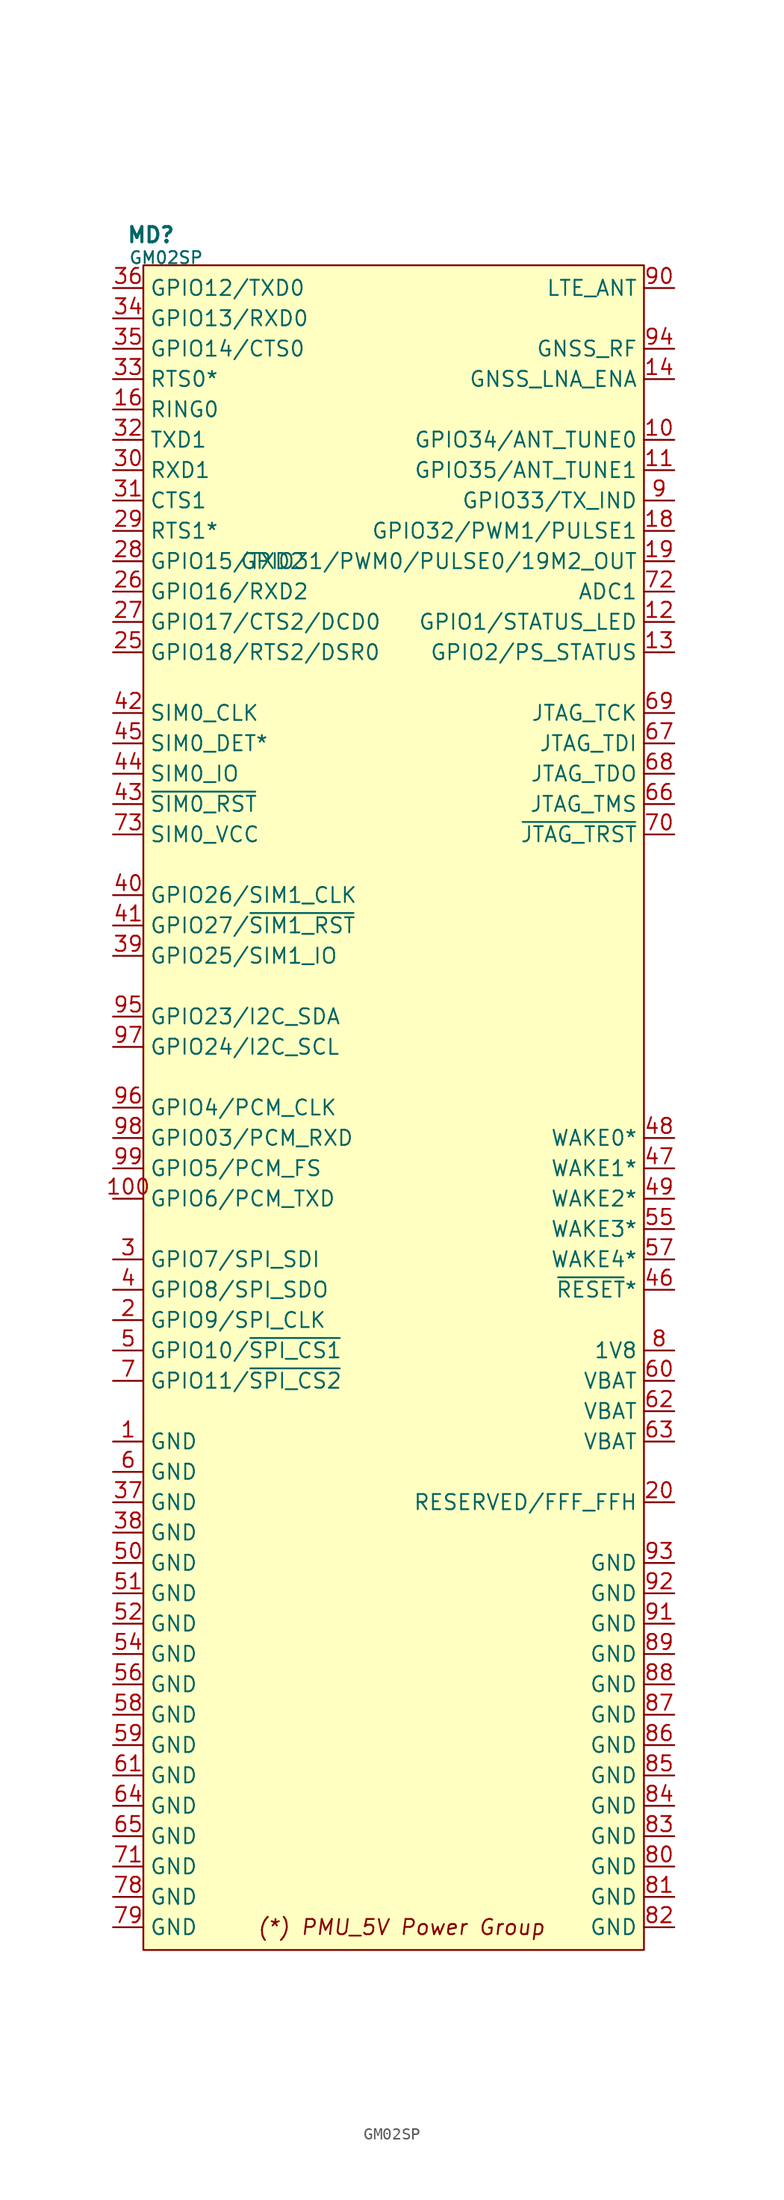
<source format=kicad_sym>
(kicad_symbol_lib
  (version 20231120)
  (generator "kicad_symbol_editor")
  (generator_version "8.0")
  (symbol "GM02SP"
    (property "Reference" "MD"
      (at 0.635 -1.905 0)
      (effects (font (size 1.27 1.27) (bold yes))))
    (property "Value" "GM02SP"
      (at 1.905 -3.81 0)
      (effects (font (size 1.016 1.016))))
    (symbol "GM02SP_1_1"
      (rectangle (start 0 -4.445) (end 41.91 -145.415) (stroke (width 0) (type default)) (fill (type background)))
      (text "(*) PMU_5V Power Group" (at 21.59 -143.51 0) (effects (font (size 1.27 1.27) (italic yes))))
      (pin passive line (at -2.54 -102.87 0) (length 2.54) (name "GND" (effects (font (size 1.27 1.27)))) (number "1" (effects (font (size 1.27 1.27)))))
      (pin output line (at 44.45 -19.05 180) (length 2.54) (name "GPIO34/ANT_TUNE0" (effects (font (size 1.27 1.27)))) (number "10" (effects (font (size 1.27 1.27)))))
      (pin bidirectional line (at -2.54 -82.55 0) (length 2.54) (name "GPIO6/PCM_TXD" (effects (font (size 1.27 1.27)))) (number "100" (effects (font (size 1.27 1.27)))))
      (pin output line (at 44.45 -21.59 180) (length 2.54) (name "GPIO35/ANT_TUNE1" (effects (font (size 1.27 1.27)))) (number "11" (effects (font (size 1.27 1.27)))))
      (pin output line (at 44.45 -34.29 180) (length 2.54) (name "GPIO1/STATUS_LED" (effects (font (size 1.27 1.27)))) (number "12" (effects (font (size 1.27 1.27)))))
      (pin output line (at 44.45 -36.83 180) (length 2.54) (name "GPIO2/PS_STATUS" (effects (font (size 1.27 1.27)))) (number "13" (effects (font (size 1.27 1.27)))))
      (pin output line (at 44.45 -13.97 180) (length 2.54) (name "GNSS_LNA_ENA" (effects (font (size 1.27 1.27)))) (number "14" (effects (font (size 1.27 1.27)))))
      (pin no_connect line (at 44.45 -57.15 180) (length 2.54) hide (name "DNC" (effects (font (size 1.27 1.27)))) (number "15" (effects (font (size 1.27 1.27)))))
      (pin output line (at -2.54 -16.51 0) (length 2.54) (name "RING0" (effects (font (size 1.27 1.27)))) (number "16" (effects (font (size 1.27 1.27)))))
      (pin no_connect line (at 44.45 -59.69 180) (length 2.54) hide (name "DNC" (effects (font (size 1.27 1.27)))) (number "17" (effects (font (size 1.27 1.27)))))
      (pin bidirectional line (at 44.45 -26.67 180) (length 2.54) (name "GPIO32/PWM1/PULSE1" (effects (font (size 1.27 1.27)))) (number "18" (effects (font (size 1.27 1.27)))))
      (pin bidirectional line (at 44.45 -29.21 180) (length 2.54) (name "GPIO31/PWM0/PULSE0/19M2_OUT" (effects (font (size 1.27 1.27)))) (number "19" (effects (font (size 1.27 1.27)))))
      (pin bidirectional line (at -2.54 -92.71 0) (length 2.54) (name "GPIO9/SPI_CLK" (effects (font (size 1.27 1.27)))) (number "2" (effects (font (size 1.27 1.27)))))
      (pin input line (at 44.45 -107.95 180) (length 2.54) (name "RESERVED/FFF_FFH" (effects (font (size 1.27 1.27)))) (number "20" (effects (font (size 1.27 1.27)))))
      (pin input line (at -2.54 -36.83 0) (length 2.54) (name "GPIO18/RTS2/DSR0" (effects (font (size 1.27 1.27)))) (number "25" (effects (font (size 1.27 1.27)))))
      (pin output line (at -2.54 -31.75 0) (length 2.54) (name "GPIO16/RXD2" (effects (font (size 1.27 1.27)))) (number "26" (effects (font (size 1.27 1.27)))))
      (pin output line (at -2.54 -34.29 0) (length 2.54) (name "GPIO17/CTS2/DCD0" (effects (font (size 1.27 1.27)))) (number "27" (effects (font (size 1.27 1.27)))))
      (pin input line (at -2.54 -29.21 0) (length 2.54) (name "GPIO15/TXD2" (effects (font (size 1.27 1.27)))) (number "28" (effects (font (size 1.27 1.27)))))
      (pin input line (at -2.54 -26.67 0) (length 2.54) (name "RTS1*" (effects (font (size 1.27 1.27)))) (number "29" (effects (font (size 1.27 1.27)))))
      (pin bidirectional line (at -2.54 -87.63 0) (length 2.54) (name "GPIO7/SPI_SDI" (effects (font (size 1.27 1.27)))) (number "3" (effects (font (size 1.27 1.27)))))
      (pin output line (at -2.54 -21.59 0) (length 2.54) (name "RXD1" (effects (font (size 1.27 1.27)))) (number "30" (effects (font (size 1.27 1.27)))))
      (pin output line (at -2.54 -24.13 0) (length 2.54) (name "CTS1" (effects (font (size 1.27 1.27)))) (number "31" (effects (font (size 1.27 1.27)))))
      (pin input line (at -2.54 -19.05 0) (length 2.54) (name "TXD1" (effects (font (size 1.27 1.27)))) (number "32" (effects (font (size 1.27 1.27)))))
      (pin input line (at -2.54 -13.97 0) (length 2.54) (name "RTS0*" (effects (font (size 1.27 1.27)))) (number "33" (effects (font (size 1.27 1.27)))))
      (pin output line (at -2.54 -8.89 0) (length 2.54) (name "GPIO13/RXD0" (effects (font (size 1.27 1.27)))) (number "34" (effects (font (size 1.27 1.27)))))
      (pin output line (at -2.54 -11.43 0) (length 2.54) (name "GPIO14/CTS0" (effects (font (size 1.27 1.27)))) (number "35" (effects (font (size 1.27 1.27)))))
      (pin input line (at -2.54 -6.35 0) (length 2.54) (name "GPIO12/TXD0" (effects (font (size 1.27 1.27)))) (number "36" (effects (font (size 1.27 1.27)))))
      (pin passive line (at -2.54 -107.95 0) (length 2.54) (name "GND" (effects (font (size 1.27 1.27)))) (number "37" (effects (font (size 1.27 1.27)))))
      (pin passive line (at -2.54 -110.49 0) (length 2.54) (name "GND" (effects (font (size 1.27 1.27)))) (number "38" (effects (font (size 1.27 1.27)))))
      (pin bidirectional line (at -2.54 -62.23 0) (length 2.54) (name "GPIO25/SIM1_IO" (effects (font (size 1.27 1.27)))) (number "39" (effects (font (size 1.27 1.27)))))
      (pin bidirectional line (at -2.54 -90.17 0) (length 2.54) (name "GPIO8/SPI_SDO" (effects (font (size 1.27 1.27)))) (number "4" (effects (font (size 1.27 1.27)))))
      (pin output line (at -2.54 -57.15 0) (length 2.54) (name "GPIO26/SIM1_CLK" (effects (font (size 1.27 1.27)))) (number "40" (effects (font (size 1.27 1.27)))))
      (pin output line (at -2.54 -59.69 0) (length 2.54) (name "GPIO27/~{SIM1_RST}" (effects (font (size 1.27 1.27)))) (number "41" (effects (font (size 1.27 1.27)))))
      (pin output line (at -2.54 -41.91 0) (length 2.54) (name "SIM0_CLK" (effects (font (size 1.27 1.27)))) (number "42" (effects (font (size 1.27 1.27)))))
      (pin output line (at -2.54 -49.53 0) (length 2.54) (name "~{SIM0_RST}" (effects (font (size 1.27 1.27)))) (number "43" (effects (font (size 1.27 1.27)))))
      (pin bidirectional line (at -2.54 -46.99 0) (length 2.54) (name "SIM0_IO" (effects (font (size 1.27 1.27)))) (number "44" (effects (font (size 1.27 1.27)))))
      (pin input line (at -2.54 -44.45 0) (length 2.54) (name "SIM0_DET*" (effects (font (size 1.27 1.27)))) (number "45" (effects (font (size 1.27 1.27)))))
      (pin input line (at 44.45 -90.17 180) (length 2.54) (name "~{RESET}*" (effects (font (size 1.27 1.27)))) (number "46" (effects (font (size 1.27 1.27)))))
      (pin input line (at 44.45 -80.01 180) (length 2.54) (name "WAKE1*" (effects (font (size 1.27 1.27)))) (number "47" (effects (font (size 1.27 1.27)))))
      (pin input line (at 44.45 -77.47 180) (length 2.54) (name "WAKE0*" (effects (font (size 1.27 1.27)))) (number "48" (effects (font (size 1.27 1.27)))))
      (pin input line (at 44.45 -82.55 180) (length 2.54) (name "WAKE2*" (effects (font (size 1.27 1.27)))) (number "49" (effects (font (size 1.27 1.27)))))
      (pin bidirectional line (at -2.54 -95.25 0) (length 2.54) (name "GPIO10/~{SPI_CS1}" (effects (font (size 1.27 1.27)))) (number "5" (effects (font (size 1.27 1.27)))))
      (pin passive line (at -2.54 -113.03 0) (length 2.54) (name "GND" (effects (font (size 1.27 1.27)))) (number "50" (effects (font (size 1.27 1.27)))))
      (pin passive line (at -2.54 -115.57 0) (length 2.54) (name "GND" (effects (font (size 1.27 1.27)))) (number "51" (effects (font (size 1.27 1.27)))))
      (pin passive line (at -2.54 -118.11 0) (length 2.54) (name "GND" (effects (font (size 1.27 1.27)))) (number "52" (effects (font (size 1.27 1.27)))))
      (pin no_connect line (at 44.45 -62.23 180) (length 2.54) hide (name "DNC" (effects (font (size 1.27 1.27)))) (number "53" (effects (font (size 1.27 1.27)))))
      (pin passive line (at -2.54 -120.65 0) (length 2.54) (name "GND" (effects (font (size 1.27 1.27)))) (number "54" (effects (font (size 1.27 1.27)))))
      (pin input line (at 44.45 -85.09 180) (length 2.54) (name "WAKE3*" (effects (font (size 1.27 1.27)))) (number "55" (effects (font (size 1.27 1.27)))))
      (pin passive line (at -2.54 -123.19 0) (length 2.54) (name "GND" (effects (font (size 1.27 1.27)))) (number "56" (effects (font (size 1.27 1.27)))))
      (pin input line (at 44.45 -87.63 180) (length 2.54) (name "WAKE4*" (effects (font (size 1.27 1.27)))) (number "57" (effects (font (size 1.27 1.27)))))
      (pin passive line (at -2.54 -125.73 0) (length 2.54) (name "GND" (effects (font (size 1.27 1.27)))) (number "58" (effects (font (size 1.27 1.27)))))
      (pin passive line (at -2.54 -128.27 0) (length 2.54) (name "GND" (effects (font (size 1.27 1.27)))) (number "59" (effects (font (size 1.27 1.27)))))
      (pin passive line (at -2.54 -105.41 0) (length 2.54) (name "GND" (effects (font (size 1.27 1.27)))) (number "6" (effects (font (size 1.27 1.27)))))
      (pin power_in line (at 44.45 -97.79 180) (length 2.54) (name "VBAT" (effects (font (size 1.27 1.27)))) (number "60" (effects (font (size 1.27 1.27)))))
      (pin passive line (at -2.54 -130.81 0) (length 2.54) (name "GND" (effects (font (size 1.27 1.27)))) (number "61" (effects (font (size 1.27 1.27)))))
      (pin power_in line (at 44.45 -100.33 180) (length 2.54) (name "VBAT" (effects (font (size 1.27 1.27)))) (number "62" (effects (font (size 1.27 1.27)))))
      (pin power_in line (at 44.45 -102.87 180) (length 2.54) (name "VBAT" (effects (font (size 1.27 1.27)))) (number "63" (effects (font (size 1.27 1.27)))))
      (pin passive line (at -2.54 -133.35 0) (length 2.54) (name "GND" (effects (font (size 1.27 1.27)))) (number "64" (effects (font (size 1.27 1.27)))))
      (pin passive line (at -2.54 -135.89 0) (length 2.54) (name "GND" (effects (font (size 1.27 1.27)))) (number "65" (effects (font (size 1.27 1.27)))))
      (pin input line (at 44.45 -49.53 180) (length 2.54) (name "JTAG_TMS" (effects (font (size 1.27 1.27)))) (number "66" (effects (font (size 1.27 1.27)))))
      (pin input line (at 44.45 -44.45 180) (length 2.54) (name "JTAG_TDI" (effects (font (size 1.27 1.27)))) (number "67" (effects (font (size 1.27 1.27)))))
      (pin output line (at 44.45 -46.99 180) (length 2.54) (name "JTAG_TDO" (effects (font (size 1.27 1.27)))) (number "68" (effects (font (size 1.27 1.27)))))
      (pin input line (at 44.45 -41.91 180) (length 2.54) (name "JTAG_TCK" (effects (font (size 1.27 1.27)))) (number "69" (effects (font (size 1.27 1.27)))))
      (pin bidirectional line (at -2.54 -97.79 0) (length 2.54) (name "GPIO11/~{SPI_CS2}" (effects (font (size 1.27 1.27)))) (number "7" (effects (font (size 1.27 1.27)))))
      (pin input line (at 44.45 -52.07 180) (length 2.54) (name "~{JTAG_TRST}" (effects (font (size 1.27 1.27)))) (number "70" (effects (font (size 1.27 1.27)))))
      (pin passive line (at -2.54 -138.43 0) (length 2.54) (name "GND" (effects (font (size 1.27 1.27)))) (number "71" (effects (font (size 1.27 1.27)))))
      (pin input line (at 44.45 -31.75 180) (length 2.54) (name "ADC1" (effects (font (size 1.27 1.27)))) (number "72" (effects (font (size 1.27 1.27)))))
      (pin output line (at -2.54 -52.07 0) (length 2.54) (name "SIM0_VCC" (effects (font (size 1.27 1.27)))) (number "73" (effects (font (size 1.27 1.27)))))
      (pin no_connect line (at 44.45 -64.77 180) (length 2.54) hide (name "DNC" (effects (font (size 1.27 1.27)))) (number "74" (effects (font (size 1.27 1.27)))))
      (pin no_connect line (at 44.45 -67.31 180) (length 2.54) hide (name "DNC" (effects (font (size 1.27 1.27)))) (number "75" (effects (font (size 1.27 1.27)))))
      (pin no_connect line (at 44.45 -69.85 180) (length 2.54) hide (name "DNC" (effects (font (size 1.27 1.27)))) (number "76" (effects (font (size 1.27 1.27)))))
      (pin no_connect line (at 44.45 -72.39 180) (length 2.54) hide (name "DNC" (effects (font (size 1.27 1.27)))) (number "77" (effects (font (size 1.27 1.27)))))
      (pin passive line (at -2.54 -140.97 0) (length 2.54) (name "GND" (effects (font (size 1.27 1.27)))) (number "78" (effects (font (size 1.27 1.27)))))
      (pin passive line (at -2.54 -143.51 0) (length 2.54) (name "GND" (effects (font (size 1.27 1.27)))) (number "79" (effects (font (size 1.27 1.27)))))
      (pin power_out line (at 44.45 -95.25 180) (length 2.54) (name "1V8" (effects (font (size 1.27 1.27)))) (number "8" (effects (font (size 1.27 1.27)))))
      (pin passive line (at 44.45 -138.43 180) (length 2.54) (name "GND" (effects (font (size 1.27 1.27)))) (number "80" (effects (font (size 1.27 1.27)))))
      (pin passive line (at 44.45 -140.97 180) (length 2.54) (name "GND" (effects (font (size 1.27 1.27)))) (number "81" (effects (font (size 1.27 1.27)))))
      (pin passive line (at 44.45 -143.51 180) (length 2.54) (name "GND" (effects (font (size 1.27 1.27)))) (number "82" (effects (font (size 1.27 1.27)))))
      (pin passive line (at 44.45 -135.89 180) (length 2.54) (name "GND" (effects (font (size 1.27 1.27)))) (number "83" (effects (font (size 1.27 1.27)))))
      (pin passive line (at 44.45 -133.35 180) (length 2.54) (name "GND" (effects (font (size 1.27 1.27)))) (number "84" (effects (font (size 1.27 1.27)))))
      (pin passive line (at 44.45 -130.81 180) (length 2.54) (name "GND" (effects (font (size 1.27 1.27)))) (number "85" (effects (font (size 1.27 1.27)))))
      (pin passive line (at 44.45 -128.27 180) (length 2.54) (name "GND" (effects (font (size 1.27 1.27)))) (number "86" (effects (font (size 1.27 1.27)))))
      (pin passive line (at 44.45 -125.73 180) (length 2.54) (name "GND" (effects (font (size 1.27 1.27)))) (number "87" (effects (font (size 1.27 1.27)))))
      (pin passive line (at 44.45 -123.19 180) (length 2.54) (name "GND" (effects (font (size 1.27 1.27)))) (number "88" (effects (font (size 1.27 1.27)))))
      (pin passive line (at 44.45 -120.65 180) (length 2.54) (name "GND" (effects (font (size 1.27 1.27)))) (number "89" (effects (font (size 1.27 1.27)))))
      (pin output line (at 44.45 -24.13 180) (length 2.54) (name "GPIO33/TX_IND" (effects (font (size 1.27 1.27)))) (number "9" (effects (font (size 1.27 1.27)))))
      (pin passive line (at 44.45 -6.35 180) (length 2.54) (name "LTE_ANT" (effects (font (size 1.27 1.27)))) (number "90" (effects (font (size 1.27 1.27)))))
      (pin passive line (at 44.45 -118.11 180) (length 2.54) (name "GND" (effects (font (size 1.27 1.27)))) (number "91" (effects (font (size 1.27 1.27)))))
      (pin passive line (at 44.45 -115.57 180) (length 2.54) (name "GND" (effects (font (size 1.27 1.27)))) (number "92" (effects (font (size 1.27 1.27)))))
      (pin passive line (at 44.45 -113.03 180) (length 2.54) (name "GND" (effects (font (size 1.27 1.27)))) (number "93" (effects (font (size 1.27 1.27)))))
      (pin passive line (at 44.45 -11.43 180) (length 2.54) (name "GNSS_RF" (effects (font (size 1.27 1.27)))) (number "94" (effects (font (size 1.27 1.27)))))
      (pin bidirectional line (at -2.54 -67.31 0) (length 2.54) (name "GPIO23/I2C_SDA" (effects (font (size 1.27 1.27)))) (number "95" (effects (font (size 1.27 1.27)))))
      (pin bidirectional line (at -2.54 -74.93 0) (length 2.54) (name "GPIO4/PCM_CLK" (effects (font (size 1.27 1.27)))) (number "96" (effects (font (size 1.27 1.27)))))
      (pin bidirectional line (at -2.54 -69.85 0) (length 2.54) (name "GPIO24/I2C_SCL" (effects (font (size 1.27 1.27)))) (number "97" (effects (font (size 1.27 1.27)))))
      (pin bidirectional line (at -2.54 -77.47 0) (length 2.54) (name "GPIO03/PCM_RXD" (effects (font (size 1.27 1.27)))) (number "98" (effects (font (size 1.27 1.27)))))
      (pin bidirectional line (at -2.54 -80.01 0) (length 2.54) (name "GPIO5/PCM_FS" (effects (font (size 1.27 1.27)))) (number "99" (effects (font (size 1.27 1.27))))))))
</source>
